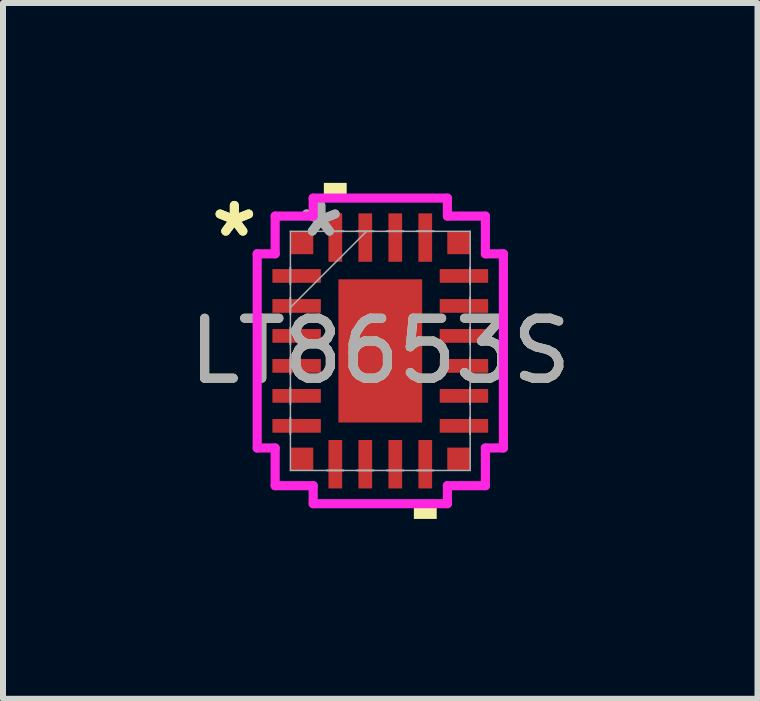
<source format=kicad_pcb>
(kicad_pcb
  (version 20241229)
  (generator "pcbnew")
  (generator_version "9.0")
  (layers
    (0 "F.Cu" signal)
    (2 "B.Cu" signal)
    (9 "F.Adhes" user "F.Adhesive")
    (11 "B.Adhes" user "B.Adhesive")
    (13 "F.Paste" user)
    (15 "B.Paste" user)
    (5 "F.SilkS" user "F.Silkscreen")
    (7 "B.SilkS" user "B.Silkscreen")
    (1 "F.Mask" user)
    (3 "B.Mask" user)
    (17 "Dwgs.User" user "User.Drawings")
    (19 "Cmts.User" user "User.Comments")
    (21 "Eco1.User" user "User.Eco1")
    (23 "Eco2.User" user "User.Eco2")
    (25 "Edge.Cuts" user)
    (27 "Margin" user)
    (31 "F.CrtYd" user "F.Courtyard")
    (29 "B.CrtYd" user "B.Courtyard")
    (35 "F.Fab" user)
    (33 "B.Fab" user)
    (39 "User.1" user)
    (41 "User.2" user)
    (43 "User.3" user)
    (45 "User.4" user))
  (footprint "LT8653S"
    (layer "F.Cu")
    (at 3.292 2.802)
    (property "Reference" "LT8653S" (at 0 0 0) (unlocked yes) (layer "F.SilkS") (effects (font (size 1 1) (thickness 0.15))))
    (attr smd)
    (fp_poly (pts (xy -0.941 -2.548) (xy -0.941 -2.802) (xy -0.56 -2.802) (xy -0.56 -2.548)) (stroke (width 0) (type solid)) (fill yes) (layer "F.SilkS"))
    (fp_poly (pts (xy 0.56 2.548) (xy 0.56 2.802) (xy 0.941 2.802) (xy 0.941 2.548)) (stroke (width 0) (type solid)) (fill yes) (layer "F.SilkS"))
    (fp_line (start -2.053 -1.619) (end -1.753 -1.619) (stroke (width 0.152) (type solid)) (layer "F.CrtYd"))
    (fp_line (start -2.053 1.619) (end -2.053 -1.619) (stroke (width 0.152) (type solid)) (layer "F.CrtYd"))
    (fp_line (start -2.053 1.619) (end -1.753 1.619) (stroke (width 0.152) (type solid)) (layer "F.CrtYd"))
    (fp_line (start -1.753 -2.248) (end -1.119 -2.248) (stroke (width 0.152) (type solid)) (layer "F.CrtYd"))
    (fp_line (start -1.753 -1.619) (end -1.753 -2.248) (stroke (width 0.152) (type solid)) (layer "F.CrtYd"))
    (fp_line (start -1.753 2.248) (end -1.753 1.619) (stroke (width 0.152) (type solid)) (layer "F.CrtYd"))
    (fp_line (start -1.119 -2.548) (end 1.119 -2.548) (stroke (width 0.152) (type solid)) (layer "F.CrtYd"))
    (fp_line (start -1.119 -2.248) (end -1.119 -2.548) (stroke (width 0.152) (type solid)) (layer "F.CrtYd"))
    (fp_line (start -1.119 2.248) (end -1.753 2.248) (stroke (width 0.152) (type solid)) (layer "F.CrtYd"))
    (fp_line (start -1.119 2.548) (end -1.119 2.248) (stroke (width 0.152) (type solid)) (layer "F.CrtYd"))
    (fp_line (start 1.119 -2.548) (end 1.119 -2.248) (stroke (width 0.152) (type solid)) (layer "F.CrtYd"))
    (fp_line (start 1.119 -2.248) (end 1.753 -2.248) (stroke (width 0.152) (type solid)) (layer "F.CrtYd"))
    (fp_line (start 1.119 2.248) (end 1.119 2.548) (stroke (width 0.152) (type solid)) (layer "F.CrtYd"))
    (fp_line (start 1.119 2.548) (end -1.119 2.548) (stroke (width 0.152) (type solid)) (layer "F.CrtYd"))
    (fp_line (start 1.753 -2.248) (end 1.753 -1.619) (stroke (width 0.152) (type solid)) (layer "F.CrtYd"))
    (fp_line (start 1.753 -1.619) (end 2.053 -1.619) (stroke (width 0.152) (type solid)) (layer "F.CrtYd"))
    (fp_line (start 1.753 1.619) (end 1.753 2.248) (stroke (width 0.152) (type solid)) (layer "F.CrtYd"))
    (fp_line (start 1.753 2.248) (end 1.119 2.248) (stroke (width 0.152) (type solid)) (layer "F.CrtYd"))
    (fp_line (start 2.053 -1.619) (end 2.053 1.619) (stroke (width 0.152) (type solid)) (layer "F.CrtYd"))
    (fp_line (start 2.053 1.619) (end 1.753 1.619) (stroke (width 0.152) (type solid)) (layer "F.CrtYd"))
    (fp_line (start -1.499 -1.994) (end -1.499 1.994) (stroke (width 0.025) (type solid)) (layer "F.Fab"))
    (fp_line (start -1.499 -1.39) (end -1.499 -1.39) (stroke (width 0.025) (type solid)) (layer "F.Fab"))
    (fp_line (start -1.499 -1.39) (end -1.499 -1.11) (stroke (width 0.025) (type solid)) (layer "F.Fab"))
    (fp_line (start -1.499 -1.11) (end -1.499 -1.39) (stroke (width 0.025) (type solid)) (layer "F.Fab"))
    (fp_line (start -1.499 -1.11) (end -1.499 -1.11) (stroke (width 0.025) (type solid)) (layer "F.Fab"))
    (fp_line (start -1.499 -0.89) (end -1.499 -0.89) (stroke (width 0.025) (type solid)) (layer "F.Fab"))
    (fp_line (start -1.499 -0.89) (end -1.499 -0.61) (stroke (width 0.025) (type solid)) (layer "F.Fab"))
    (fp_line (start -1.499 -0.724) (end -0.229 -1.994) (stroke (width 0.025) (type solid)) (layer "F.Fab"))
    (fp_line (start -1.499 -0.61) (end -1.499 -0.89) (stroke (width 0.025) (type solid)) (layer "F.Fab"))
    (fp_line (start -1.499 -0.61) (end -1.499 -0.61) (stroke (width 0.025) (type solid)) (layer "F.Fab"))
    (fp_line (start -1.499 -0.39) (end -1.499 -0.39) (stroke (width 0.025) (type solid)) (layer "F.Fab"))
    (fp_line (start -1.499 -0.39) (end -1.499 -0.11) (stroke (width 0.025) (type solid)) (layer "F.Fab"))
    (fp_line (start -1.499 -0.11) (end -1.499 -0.39) (stroke (width 0.025) (type solid)) (layer "F.Fab"))
    (fp_line (start -1.499 -0.11) (end -1.499 -0.11) (stroke (width 0.025) (type solid)) (layer "F.Fab"))
    (fp_line (start -1.499 0.11) (end -1.499 0.11) (stroke (width 0.025) (type solid)) (layer "F.Fab"))
    (fp_line (start -1.499 0.11) (end -1.499 0.39) (stroke (width 0.025) (type solid)) (layer "F.Fab"))
    (fp_line (start -1.499 0.39) (end -1.499 0.11) (stroke (width 0.025) (type solid)) (layer "F.Fab"))
    (fp_line (start -1.499 0.39) (end -1.499 0.39) (stroke (width 0.025) (type solid)) (layer "F.Fab"))
    (fp_line (start -1.499 0.61) (end -1.499 0.61) (stroke (width 0.025) (type solid)) (layer "F.Fab"))
    (fp_line (start -1.499 0.61) (end -1.499 0.89) (stroke (width 0.025) (type solid)) (layer "F.Fab"))
    (fp_line (start -1.499 0.89) (end -1.499 0.61) (stroke (width 0.025) (type solid)) (layer "F.Fab"))
    (fp_line (start -1.499 0.89) (end -1.499 0.89) (stroke (width 0.025) (type solid)) (layer "F.Fab"))
    (fp_line (start -1.499 1.11) (end -1.499 1.11) (stroke (width 0.025) (type solid)) (layer "F.Fab"))
    (fp_line (start -1.499 1.11) (end -1.499 1.39) (stroke (width 0.025) (type solid)) (layer "F.Fab"))
    (fp_line (start -1.499 1.39) (end -1.499 1.11) (stroke (width 0.025) (type solid)) (layer "F.Fab"))
    (fp_line (start -1.499 1.39) (end -1.499 1.39) (stroke (width 0.025) (type solid)) (layer "F.Fab"))
    (fp_line (start -1.499 1.994) (end 1.499 1.994) (stroke (width 0.025) (type solid)) (layer "F.Fab"))
    (fp_line (start -0.89 -1.994) (end -0.89 -1.994) (stroke (width 0.025) (type solid)) (layer "F.Fab"))
    (fp_line (start -0.89 -1.994) (end -0.61 -1.994) (stroke (width 0.025) (type solid)) (layer "F.Fab"))
    (fp_line (start -0.89 1.994) (end -0.89 1.994) (stroke (width 0.025) (type solid)) (layer "F.Fab"))
    (fp_line (start -0.89 1.994) (end -0.61 1.994) (stroke (width 0.025) (type solid)) (layer "F.Fab"))
    (fp_line (start -0.61 -1.994) (end -0.89 -1.994) (stroke (width 0.025) (type solid)) (layer "F.Fab"))
    (fp_line (start -0.61 -1.994) (end -0.61 -1.994) (stroke (width 0.025) (type solid)) (layer "F.Fab"))
    (fp_line (start -0.61 1.994) (end -0.89 1.994) (stroke (width 0.025) (type solid)) (layer "F.Fab"))
    (fp_line (start -0.61 1.994) (end -0.61 1.994) (stroke (width 0.025) (type solid)) (layer "F.Fab"))
    (fp_line (start -0.39 -1.994) (end -0.39 -1.994) (stroke (width 0.025) (type solid)) (layer "F.Fab"))
    (fp_line (start -0.39 -1.994) (end -0.11 -1.994) (stroke (width 0.025) (type solid)) (layer "F.Fab"))
    (fp_line (start -0.39 1.994) (end -0.39 1.994) (stroke (width 0.025) (type solid)) (layer "F.Fab"))
    (fp_line (start -0.39 1.994) (end -0.11 1.994) (stroke (width 0.025) (type solid)) (layer "F.Fab"))
    (fp_line (start -0.11 -1.994) (end -0.39 -1.994) (stroke (width 0.025) (type solid)) (layer "F.Fab"))
    (fp_line (start -0.11 -1.994) (end -0.11 -1.994) (stroke (width 0.025) (type solid)) (layer "F.Fab"))
    (fp_line (start -0.11 1.994) (end -0.39 1.994) (stroke (width 0.025) (type solid)) (layer "F.Fab"))
    (fp_line (start -0.11 1.994) (end -0.11 1.994) (stroke (width 0.025) (type solid)) (layer "F.Fab"))
    (fp_line (start 0.11 -1.994) (end 0.11 -1.994) (stroke (width 0.025) (type solid)) (layer "F.Fab"))
    (fp_line (start 0.11 -1.994) (end 0.39 -1.994) (stroke (width 0.025) (type solid)) (layer "F.Fab"))
    (fp_line (start 0.11 1.994) (end 0.11 1.994) (stroke (width 0.025) (type solid)) (layer "F.Fab"))
    (fp_line (start 0.11 1.994) (end 0.39 1.994) (stroke (width 0.025) (type solid)) (layer "F.Fab"))
    (fp_line (start 0.39 -1.994) (end 0.11 -1.994) (stroke (width 0.025) (type solid)) (layer "F.Fab"))
    (fp_line (start 0.39 -1.994) (end 0.39 -1.994) (stroke (width 0.025) (type solid)) (layer "F.Fab"))
    (fp_line (start 0.39 1.994) (end 0.11 1.994) (stroke (width 0.025) (type solid)) (layer "F.Fab"))
    (fp_line (start 0.39 1.994) (end 0.39 1.994) (stroke (width 0.025) (type solid)) (layer "F.Fab"))
    (fp_line (start 0.61 -1.994) (end 0.61 -1.994) (stroke (width 0.025) (type solid)) (layer "F.Fab"))
    (fp_line (start 0.61 -1.994) (end 0.89 -1.994) (stroke (width 0.025) (type solid)) (layer "F.Fab"))
    (fp_line (start 0.61 1.994) (end 0.61 1.994) (stroke (width 0.025) (type solid)) (layer "F.Fab"))
    (fp_line (start 0.61 1.994) (end 0.89 1.994) (stroke (width 0.025) (type solid)) (layer "F.Fab"))
    (fp_line (start 0.89 -1.994) (end 0.61 -1.994) (stroke (width 0.025) (type solid)) (layer "F.Fab"))
    (fp_line (start 0.89 -1.994) (end 0.89 -1.994) (stroke (width 0.025) (type solid)) (layer "F.Fab"))
    (fp_line (start 0.89 1.994) (end 0.61 1.994) (stroke (width 0.025) (type solid)) (layer "F.Fab"))
    (fp_line (start 0.89 1.994) (end 0.89 1.994) (stroke (width 0.025) (type solid)) (layer "F.Fab"))
    (fp_line (start 1.499 -1.994) (end -1.499 -1.994) (stroke (width 0.025) (type solid)) (layer "F.Fab"))
    (fp_line (start 1.499 -1.39) (end 1.499 -1.39) (stroke (width 0.025) (type solid)) (layer "F.Fab"))
    (fp_line (start 1.499 -1.39) (end 1.499 -1.11) (stroke (width 0.025) (type solid)) (layer "F.Fab"))
    (fp_line (start 1.499 -1.11) (end 1.499 -1.39) (stroke (width 0.025) (type solid)) (layer "F.Fab"))
    (fp_line (start 1.499 -1.11) (end 1.499 -1.11) (stroke (width 0.025) (type solid)) (layer "F.Fab"))
    (fp_line (start 1.499 -0.89) (end 1.499 -0.89) (stroke (width 0.025) (type solid)) (layer "F.Fab"))
    (fp_line (start 1.499 -0.89) (end 1.499 -0.61) (stroke (width 0.025) (type solid)) (layer "F.Fab"))
    (fp_line (start 1.499 -0.61) (end 1.499 -0.89) (stroke (width 0.025) (type solid)) (layer "F.Fab"))
    (fp_line (start 1.499 -0.61) (end 1.499 -0.61) (stroke (width 0.025) (type solid)) (layer "F.Fab"))
    (fp_line (start 1.499 -0.39) (end 1.499 -0.39) (stroke (width 0.025) (type solid)) (layer "F.Fab"))
    (fp_line (start 1.499 -0.39) (end 1.499 -0.11) (stroke (width 0.025) (type solid)) (layer "F.Fab"))
    (fp_line (start 1.499 -0.11) (end 1.499 -0.39) (stroke (width 0.025) (type solid)) (layer "F.Fab"))
    (fp_line (start 1.499 -0.11) (end 1.499 -0.11) (stroke (width 0.025) (type solid)) (layer "F.Fab"))
    (fp_line (start 1.499 0.11) (end 1.499 0.11) (stroke (width 0.025) (type solid)) (layer "F.Fab"))
    (fp_line (start 1.499 0.11) (end 1.499 0.39) (stroke (width 0.025) (type solid)) (layer "F.Fab"))
    (fp_line (start 1.499 0.39) (end 1.499 0.11) (stroke (width 0.025) (type solid)) (layer "F.Fab"))
    (fp_line (start 1.499 0.39) (end 1.499 0.39) (stroke (width 0.025) (type solid)) (layer "F.Fab"))
    (fp_line (start 1.499 0.61) (end 1.499 0.61) (stroke (width 0.025) (type solid)) (layer "F.Fab"))
    (fp_line (start 1.499 0.61) (end 1.499 0.89) (stroke (width 0.025) (type solid)) (layer "F.Fab"))
    (fp_line (start 1.499 0.89) (end 1.499 0.61) (stroke (width 0.025) (type solid)) (layer "F.Fab"))
    (fp_line (start 1.499 0.89) (end 1.499 0.89) (stroke (width 0.025) (type solid)) (layer "F.Fab"))
    (fp_line (start 1.499 1.11) (end 1.499 1.11) (stroke (width 0.025) (type solid)) (layer "F.Fab"))
    (fp_line (start 1.499 1.11) (end 1.499 1.39) (stroke (width 0.025) (type solid)) (layer "F.Fab"))
    (fp_line (start 1.499 1.39) (end 1.499 1.11) (stroke (width 0.025) (type solid)) (layer "F.Fab"))
    (fp_line (start 1.499 1.39) (end 1.499 1.39) (stroke (width 0.025) (type solid)) (layer "F.Fab"))
    (fp_line (start 1.499 1.994) (end 1.499 -1.994) (stroke (width 0.025) (type solid)) (layer "F.Fab"))
    (fp_text user "*" (at -2.434 -1.881 0) (unlocked yes) (layer "F.SilkS") (effects (font (size 1 1) (thickness 0.15))))
    (fp_text user "*" (at -2.434 -1.881 0) (layer "F.SilkS") (effects (font (size 1 1) (thickness 0.15))))
    (fp_text user "*" (at -0.991 -1.881 0) (unlocked yes) (layer "F.Fab") (effects (font (size 1 1) (thickness 0.15))))
    (fp_text user "${REFERENCE}" (at 0 0 0) (unlocked yes) (layer "F.Fab") (effects (font (size 1 1) (thickness 0.15))))
    (fp_text user "*" (at -0.991 -1.881 0) (layer "F.Fab") (effects (font (size 1 1) (thickness 0.15))))
    (pad "1" smd rect (at -1.395 -1.25 90) (size 0.229 0.808) (layers "F.Cu" "F.Mask" "F.Paste"))
    (pad "2" smd rect (at -1.395 -0.75 90) (size 0.229 0.808) (layers "F.Cu" "F.Mask" "F.Paste"))
    (pad "3" smd rect (at -1.395 -0.25 90) (size 0.229 0.808) (layers "F.Cu" "F.Mask" "F.Paste"))
    (pad "4" smd rect (at -1.395 0.25 90) (size 0.229 0.808) (layers "F.Cu" "F.Mask" "F.Paste"))
    (pad "5" smd rect (at -1.395 0.75 90) (size 0.229 0.808) (layers "F.Cu" "F.Mask" "F.Paste"))
    (pad "6" smd rect (at -1.395 1.25 90) (size 0.229 0.808) (layers "F.Cu" "F.Mask" "F.Paste"))
    (pad "7" smd rect (at -0.75 1.89) (size 0.229 0.808) (layers "F.Cu" "F.Mask" "F.Paste"))
    (pad "8" smd rect (at -0.25 1.89) (size 0.229 0.808) (layers "F.Cu" "F.Mask" "F.Paste"))
    (pad "9" smd rect (at 0.25 1.89) (size 0.229 0.808) (layers "F.Cu" "F.Mask" "F.Paste"))
    (pad "10" smd rect (at 0.75 1.89) (size 0.229 0.808) (layers "F.Cu" "F.Mask" "F.Paste"))
    (pad "11" smd rect (at 1.395 1.25 90) (size 0.229 0.808) (layers "F.Cu" "F.Mask" "F.Paste"))
    (pad "12" smd rect (at 1.395 0.75 90) (size 0.229 0.808) (layers "F.Cu" "F.Mask" "F.Paste"))
    (pad "13" smd rect (at 1.395 0.25 90) (size 0.229 0.808) (layers "F.Cu" "F.Mask" "F.Paste"))
    (pad "14" smd rect (at 1.395 -0.25 90) (size 0.229 0.808) (layers "F.Cu" "F.Mask" "F.Paste"))
    (pad "15" smd rect (at 1.395 -0.75 90) (size 0.229 0.808) (layers "F.Cu" "F.Mask" "F.Paste"))
    (pad "16" smd rect (at 1.395 -1.25 90) (size 0.229 0.808) (layers "F.Cu" "F.Mask" "F.Paste"))
    (pad "17" smd rect (at 0.75 -1.89) (size 0.229 0.808) (layers "F.Cu" "F.Mask" "F.Paste"))
    (pad "18" smd rect (at 0.25 -1.89) (size 0.229 0.808) (layers "F.Cu" "F.Mask" "F.Paste"))
    (pad "19" smd rect (at -0.25 -1.89) (size 0.229 0.808) (layers "F.Cu" "F.Mask" "F.Paste"))
    (pad "20" smd rect (at -0.75 -1.89) (size 0.229 0.808) (layers "F.Cu" "F.Mask" "F.Paste"))
    (pad "21" smd rect (at 0 0) (size 1.397 2.388) (layers "F.Cu" "F.Mask" "F.Paste"))
    (pad "22" smd rect (at -1.308 -1.803) (size 0.381 0.381) (layers "F.Cu" "F.Mask" "F.Paste"))
    (pad "23" smd rect (at -1.308 1.803) (size 0.381 0.381) (layers "F.Cu" "F.Mask" "F.Paste"))
    (pad "24" smd rect (at 1.308 1.803) (size 0.381 0.381) (layers "F.Cu" "F.Mask" "F.Paste"))
    (pad "25" smd rect (at 1.308 -1.803) (size 0.381 0.381) (layers "F.Cu" "F.Mask" "F.Paste")))
  (gr_rect
    (start -3 -3)
    (end 9.583 8.604)
    (stroke (width 0.1) (type default))
    (fill no)
    (layer "Edge.Cuts")))
</source>
